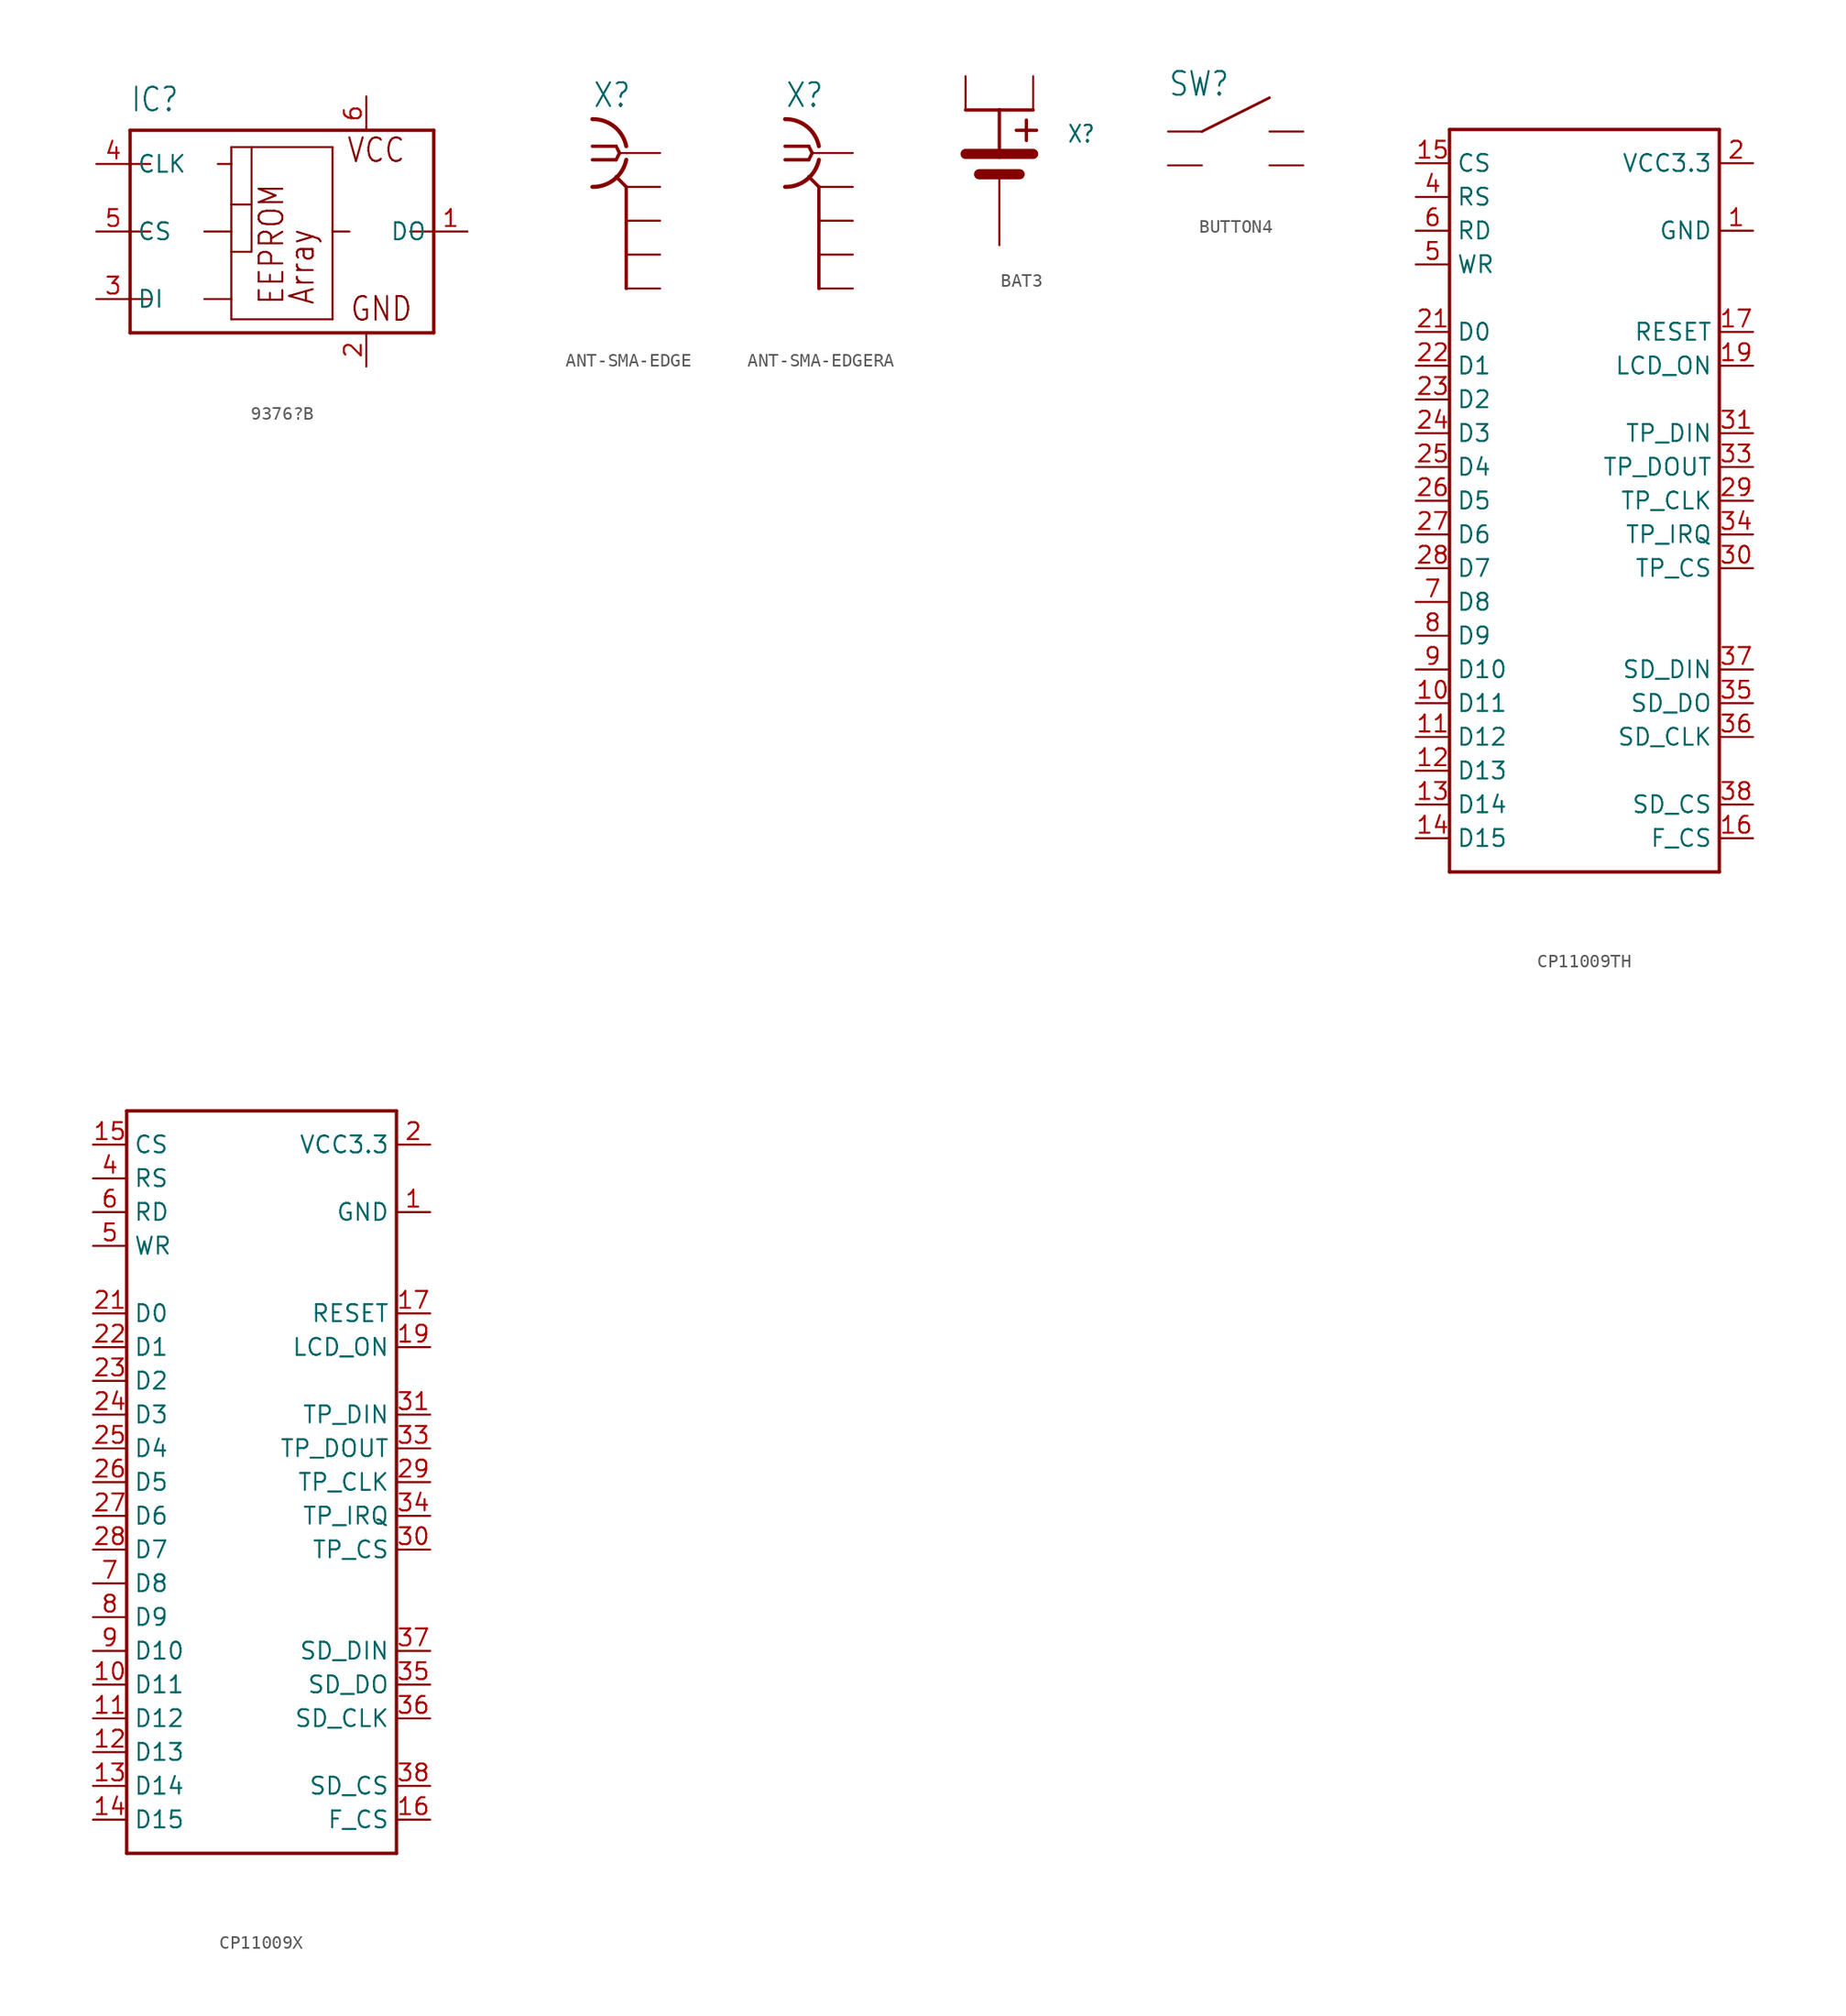
<source format=kicad_sym>
(kicad_symbol_lib
  (version 20231120)
  (generator "kicad_symbol_editor")
  (generator_version "8.0")
  (symbol "9376?B"
    (property "Reference" "IC"
      (at -10.16 8.89 0)
      (effects (font (size 1.778 1.511)) (justify left bottom)))
    (property "Value" ""
      (at -10.16 -10.16 0)
      (effects (font (size 1.778 1.511)) (justify left bottom)))
    (property "ki_locked" ""
      (at 0 0 0)
      (effects (font (size 1.27 1.27))))
    (symbol "9376?B_1_0"
      (polyline (pts (xy -10.16 -7.62) (xy -10.16 -5.08)) (stroke (width 0.254) (type solid)) (fill (type none)))
      (polyline (pts (xy -10.16 -5.08) (xy -10.16 0)) (stroke (width 0.254) (type solid)) (fill (type none)))
      (polyline (pts (xy -10.16 -5.08) (xy -8.636 -5.08)) (stroke (width 0.152) (type solid)) (fill (type none)))
      (polyline (pts (xy -10.16 0) (xy -10.16 5.08)) (stroke (width 0.254) (type solid)) (fill (type none)))
      (polyline (pts (xy -10.16 0) (xy -8.636 0)) (stroke (width 0.152) (type solid)) (fill (type none)))
      (polyline (pts (xy -10.16 5.08) (xy -10.16 7.62)) (stroke (width 0.254) (type solid)) (fill (type none)))
      (polyline (pts (xy -10.16 5.08) (xy -8.636 5.08)) (stroke (width 0.152) (type solid)) (fill (type none)))
      (polyline (pts (xy -10.16 7.62) (xy 12.7 7.62)) (stroke (width 0.254) (type solid)) (fill (type none)))
      (polyline (pts (xy -4.572 -5.08) (xy -2.54 -5.08)) (stroke (width 0.152) (type solid)) (fill (type none)))
      (polyline (pts (xy -4.572 0) (xy -2.54 0)) (stroke (width 0.152) (type solid)) (fill (type none)))
      (polyline (pts (xy -3.556 5.08) (xy -2.54 5.08)) (stroke (width 0.152) (type solid)) (fill (type none)))
      (polyline (pts (xy -2.54 -6.604) (xy -2.54 -5.08)) (stroke (width 0.152) (type solid)) (fill (type none)))
      (polyline (pts (xy -2.54 -5.08) (xy -2.54 -1.524)) (stroke (width 0.152) (type solid)) (fill (type none)))
      (polyline (pts (xy -2.54 -1.524) (xy -2.54 0)) (stroke (width 0.152) (type solid)) (fill (type none)))
      (polyline (pts (xy -2.54 -1.524) (xy -1.016 -1.524)) (stroke (width 0.152) (type solid)) (fill (type none)))
      (polyline (pts (xy -2.54 0) (xy -2.54 2.032)) (stroke (width 0.152) (type solid)) (fill (type none)))
      (polyline (pts (xy -2.54 2.032) (xy -2.54 5.08)) (stroke (width 0.152) (type solid)) (fill (type none)))
      (polyline (pts (xy -2.54 2.032) (xy -1.016 2.032)) (stroke (width 0.152) (type solid)) (fill (type none)))
      (polyline (pts (xy -2.54 5.08) (xy -2.54 6.35)) (stroke (width 0.152) (type solid)) (fill (type none)))
      (polyline (pts (xy -2.54 6.35) (xy -1.016 6.35)) (stroke (width 0.152) (type solid)) (fill (type none)))
      (polyline (pts (xy -1.016 2.032) (xy -1.016 -1.524)) (stroke (width 0.152) (type solid)) (fill (type none)))
      (polyline (pts (xy -1.016 6.35) (xy -1.016 2.032)) (stroke (width 0.152) (type solid)) (fill (type none)))
      (polyline (pts (xy -1.016 6.35) (xy 5.08 6.35)) (stroke (width 0.152) (type solid)) (fill (type none)))
      (polyline (pts (xy 5.08 -6.604) (xy -2.54 -6.604)) (stroke (width 0.152) (type solid)) (fill (type none)))
      (polyline (pts (xy 5.08 0) (xy 5.08 -6.604)) (stroke (width 0.152) (type solid)) (fill (type none)))
      (polyline (pts (xy 5.08 6.35) (xy 5.08 0)) (stroke (width 0.152) (type solid)) (fill (type none)))
      (polyline (pts (xy 6.35 0) (xy 5.08 0)) (stroke (width 0.152) (type solid)) (fill (type none)))
      (polyline (pts (xy 12.7 -7.62) (xy -10.16 -7.62)) (stroke (width 0.254) (type solid)) (fill (type none)))
      (polyline (pts (xy 12.7 0) (xy 10.922 0)) (stroke (width 0.152) (type solid)) (fill (type none)))
      (polyline (pts (xy 12.7 0) (xy 12.7 -7.62)) (stroke (width 0.254) (type solid)) (fill (type none)))
      (polyline (pts (xy 12.7 7.62) (xy 12.7 0)) (stroke (width 0.254) (type solid)) (fill (type none)))
      (text "Array" (at 3.81 -5.588 900) (effects (font (size 1.778 1.511)) (justify left bottom)))
      (text "EEPROM" (at 1.524 -5.588 900) (effects (font (size 1.778 1.511)) (justify left bottom)))
      (text "GND" (at 6.35 -6.858 0) (effects (font (size 1.778 1.511)) (justify left bottom)))
      (text "VCC" (at 6.096 5.08 0) (effects (font (size 1.778 1.511)) (justify left bottom)))
      (pin tri_state line (at 15.24 0 180) (length 2.54) (name "DO" (effects (font (size 1.27 1.27)))) (number "1" (effects (font (size 1.27 1.27)))))
      (pin power_in line (at 7.62 -10.16 90) (length 2.54) (name "GND" (effects (font (size 0 0)))) (number "2" (effects (font (size 1.27 1.27)))))
      (pin input line (at -12.7 -5.08 0) (length 2.54) (name "DI" (effects (font (size 1.27 1.27)))) (number "3" (effects (font (size 1.27 1.27)))))
      (pin input line (at -12.7 5.08 0) (length 2.54) (name "CLK" (effects (font (size 1.27 1.27)))) (number "4" (effects (font (size 1.27 1.27)))))
      (pin input line (at -12.7 0 0) (length 2.54) (name "CS" (effects (font (size 1.27 1.27)))) (number "5" (effects (font (size 1.27 1.27)))))
      (pin power_in line (at 7.62 10.16 270) (length 2.54) (name "VCC" (effects (font (size 0 0)))) (number "6" (effects (font (size 1.27 1.27)))))))
  (symbol "ANT-SMA-EDGE"
    (property "Reference" "X"
      (at -2.54 3.302 0)
      (effects (font (size 1.778 1.511)) (justify left bottom)))
    (property "Value" ""
      (at -2.54 -12.7 0)
      (effects (font (size 1.778 1.511)) (justify left bottom)))
    (property "ki_locked" ""
      (at 0 0 0)
      (effects (font (size 1.27 1.27))))
    (symbol "ANT-SMA-EDGE_1_0"
      (arc (start -2.54 -2.54) (mid -0.9022 -1.9838) (end 0 -0.508) (stroke (width 0.3048) (type solid)) (fill (type none)))
      (polyline (pts (xy -2.54 0.508) (xy -0.762 0.508)) (stroke (width 0.254) (type solid)) (fill (type none)))
      (polyline (pts (xy -0.762 -0.508) (xy -2.54 -0.508)) (stroke (width 0.254) (type solid)) (fill (type none)))
      (polyline (pts (xy -0.762 0.508) (xy -0.508 0)) (stroke (width 0.254) (type solid)) (fill (type none)))
      (polyline (pts (xy -0.508 0) (xy -0.762 -0.508)) (stroke (width 0.254) (type solid)) (fill (type none)))
      (polyline (pts (xy 0 -10.16) (xy 0 -2.54)) (stroke (width 0.254) (type solid)) (fill (type none)))
      (polyline (pts (xy 0 -2.54) (xy -0.762 -1.778)) (stroke (width 0.254) (type solid)) (fill (type none)))
      (polyline (pts (xy 0 0) (xy -0.508 0)) (stroke (width 0.152) (type solid)) (fill (type none)))
      (arc (start 0 0.508) (mid -0.9022 1.9838) (end -2.54 2.54) (stroke (width 0.3048) (type solid)) (fill (type none)))
      (pin passive line (at 2.54 0 180) (length 2.54) (name "1" (effects (font (size 0 0)))) (number "C" (effects (font (size 0 0)))))
      (pin power_in line (at 2.54 -2.54 180) (length 2.54) (name "GND" (effects (font (size 0 0)))) (number "GND1" (effects (font (size 0 0)))))
      (pin power_in line (at 2.54 -5.08 180) (length 2.54) (name "GND1" (effects (font (size 0 0)))) (number "GND2" (effects (font (size 0 0)))))
      (pin power_in line (at 2.54 -7.62 180) (length 2.54) (name "GND2" (effects (font (size 0 0)))) (number "GND3" (effects (font (size 0 0)))))
      (pin power_in line (at 2.54 -10.16 180) (length 2.54) (name "GND3" (effects (font (size 0 0)))) (number "GND4" (effects (font (size 0 0)))))))
  (symbol "ANT-SMA-EDGERA"
    (property "Reference" "X"
      (at -2.54 3.302 0)
      (effects (font (size 1.778 1.511)) (justify left bottom)))
    (property "Value" ""
      (at -2.54 -12.7 0)
      (effects (font (size 1.778 1.511)) (justify left bottom)))
    (property "ki_locked" ""
      (at 0 0 0)
      (effects (font (size 1.27 1.27))))
    (symbol "ANT-SMA-EDGERA_1_0"
      (arc (start -2.54 -2.54) (mid -0.9022 -1.9838) (end 0 -0.508) (stroke (width 0.3048) (type solid)) (fill (type none)))
      (polyline (pts (xy -2.54 0.508) (xy -0.762 0.508)) (stroke (width 0.254) (type solid)) (fill (type none)))
      (polyline (pts (xy -0.762 -0.508) (xy -2.54 -0.508)) (stroke (width 0.254) (type solid)) (fill (type none)))
      (polyline (pts (xy -0.762 0.508) (xy -0.508 0)) (stroke (width 0.254) (type solid)) (fill (type none)))
      (polyline (pts (xy -0.508 0) (xy -0.762 -0.508)) (stroke (width 0.254) (type solid)) (fill (type none)))
      (polyline (pts (xy 0 -10.16) (xy 0 -2.54)) (stroke (width 0.254) (type solid)) (fill (type none)))
      (polyline (pts (xy 0 -2.54) (xy -0.762 -1.778)) (stroke (width 0.254) (type solid)) (fill (type none)))
      (polyline (pts (xy 0 0) (xy -0.508 0)) (stroke (width 0.152) (type solid)) (fill (type none)))
      (arc (start 0 0.508) (mid -0.9022 1.9838) (end -2.54 2.54) (stroke (width 0.3048) (type solid)) (fill (type none)))
      (pin passive line (at 2.54 0 180) (length 2.54) (name "1" (effects (font (size 0 0)))) (number "C" (effects (font (size 0 0)))))
      (pin power_in line (at 2.54 -2.54 180) (length 2.54) (name "GND" (effects (font (size 0 0)))) (number "GND1" (effects (font (size 0 0)))))
      (pin power_in line (at 2.54 -5.08 180) (length 2.54) (name "GND1" (effects (font (size 0 0)))) (number "GND2" (effects (font (size 0 0)))))
      (pin power_in line (at 2.54 -7.62 180) (length 2.54) (name "GND2" (effects (font (size 0 0)))) (number "GND3" (effects (font (size 0 0)))))
      (pin power_in line (at 2.54 -10.16 180) (length 2.54) (name "GND3" (effects (font (size 0 0)))) (number "GND4" (effects (font (size 0 0)))))))
  (symbol "BAT3"
    (property "Reference" "X"
      (at 5.08 2.54 0)
      (effects (font (size 1.27 1.079)) (justify left bottom)))
    (property "Value" ""
      (at 5.08 0 0)
      (effects (font (size 1.27 1.079)) (justify left bottom)))
    (property "ki_locked" ""
      (at 0 0 0)
      (effects (font (size 1.27 1.27))))
    (symbol "BAT3_1_0"
      (polyline (pts (xy -2.54 1.778) (xy 0 1.778)) (stroke (width 0.762) (type solid)) (fill (type none)))
      (polyline (pts (xy -1.524 0.254) (xy 1.524 0.254)) (stroke (width 0.762) (type solid)) (fill (type none)))
      (polyline (pts (xy 0 1.778) (xy 0 5.08)) (stroke (width 0.254) (type solid)) (fill (type none)))
      (polyline (pts (xy 0 1.778) (xy 2.54 1.778)) (stroke (width 0.762) (type solid)) (fill (type none)))
      (polyline (pts (xy 0 5.08) (xy -2.54 5.08)) (stroke (width 0.254) (type solid)) (fill (type none)))
      (polyline (pts (xy 0 5.08) (xy 2.54 5.08)) (stroke (width 0.254) (type solid)) (fill (type none)))
      (polyline (pts (xy 1.27 3.556) (xy 2.794 3.556)) (stroke (width 0.254) (type solid)) (fill (type none)))
      (polyline (pts (xy 2.032 2.794) (xy 2.032 4.318)) (stroke (width 0.254) (type solid)) (fill (type none)))
      (pin bidirectional line (at 0 -5.08 90) (length 5.08) (name "GND" (effects (font (size 0 0)))) (number "GND" (effects (font (size 0 0)))))
      (pin bidirectional line (at -2.54 7.62 270) (length 2.54) (name "POS1" (effects (font (size 0 0)))) (number "POS1" (effects (font (size 0 0)))))
      (pin bidirectional line (at 2.54 7.62 270) (length 2.54) (name "POS2" (effects (font (size 0 0)))) (number "POS2" (effects (font (size 0 0)))))))
  (symbol "BUTTON4"
    (property "Reference" "SW"
      (at -5.08 2.54 0)
      (effects (font (size 1.778 1.511)) (justify left bottom)))
    (property "Value" ""
      (at -5.08 -5.08 0)
      (effects (font (size 1.778 1.511)) (justify left bottom)))
    (property "ki_locked" ""
      (at 0 0 0)
      (effects (font (size 1.27 1.27))))
    (symbol "BUTTON4_1_0"
      (polyline (pts (xy -2.54 0) (xy 2.54 2.54)) (stroke (width 0.203) (type solid)) (fill (type none)))
      (pin bidirectional line (at -5.08 0 0) (length 2.54) (name "1" (effects (font (size 0 0)))) (number "1" (effects (font (size 0 0)))))
      (pin bidirectional line (at -5.08 -2.54 0) (length 2.54) (name "2" (effects (font (size 0 0)))) (number "2" (effects (font (size 0 0)))))
      (pin bidirectional line (at 5.08 0 180) (length 2.54) (name "3" (effects (font (size 0 0)))) (number "3" (effects (font (size 0 0)))))
      (pin bidirectional line (at 5.08 -2.54 180) (length 2.54) (name "4" (effects (font (size 0 0)))) (number "4" (effects (font (size 0 0)))))))
  (symbol "CP11009TH"
    (property "Reference" "IC"
      (at -9.906 28.448 0)
      (effects (font (size 1.778 1.511)) (justify left bottom) (hide yes)))
    (property "ki_locked" ""
      (at 0 0 0)
      (effects (font (size 1.27 1.27))))
    (symbol "CP11009TH_1_0"
      (polyline (pts (xy -10.16 -27.94) (xy -10.16 27.94)) (stroke (width 0.254) (type solid)) (fill (type none)))
      (polyline (pts (xy -10.16 27.94) (xy 10.16 27.94)) (stroke (width 0.254) (type solid)) (fill (type none)))
      (polyline (pts (xy 10.16 -27.94) (xy -10.16 -27.94)) (stroke (width 0.254) (type solid)) (fill (type none)))
      (polyline (pts (xy 10.16 27.94) (xy 10.16 -27.94)) (stroke (width 0.254) (type solid)) (fill (type none)))
      (pin power_in line (at 12.7 20.32 180) (length 2.54) (name "GND" (effects (font (size 1.27 1.27)))) (number "1" (effects (font (size 1.27 1.27)))))
      (pin bidirectional line (at -12.7 -15.24 0) (length 2.54) (name "D11" (effects (font (size 1.27 1.27)))) (number "10" (effects (font (size 1.27 1.27)))))
      (pin bidirectional line (at -12.7 -17.78 0) (length 2.54) (name "D12" (effects (font (size 1.27 1.27)))) (number "11" (effects (font (size 1.27 1.27)))))
      (pin bidirectional line (at -12.7 -20.32 0) (length 2.54) (name "D13" (effects (font (size 1.27 1.27)))) (number "12" (effects (font (size 1.27 1.27)))))
      (pin bidirectional line (at -12.7 -22.86 0) (length 2.54) (name "D14" (effects (font (size 1.27 1.27)))) (number "13" (effects (font (size 1.27 1.27)))))
      (pin bidirectional line (at -12.7 -25.4 0) (length 2.54) (name "D15" (effects (font (size 1.27 1.27)))) (number "14" (effects (font (size 1.27 1.27)))))
      (pin bidirectional line (at -12.7 25.4 0) (length 2.54) (name "CS" (effects (font (size 1.27 1.27)))) (number "15" (effects (font (size 1.27 1.27)))))
      (pin bidirectional line (at 12.7 -25.4 180) (length 2.54) (name "F_CS" (effects (font (size 1.27 1.27)))) (number "16" (effects (font (size 1.27 1.27)))))
      (pin bidirectional line (at 12.7 12.7 180) (length 2.54) (name "RESET" (effects (font (size 1.27 1.27)))) (number "17" (effects (font (size 1.27 1.27)))))
      (pin bidirectional line (at 12.7 10.16 180) (length 2.54) (name "LCD_ON" (effects (font (size 1.27 1.27)))) (number "19" (effects (font (size 1.27 1.27)))))
      (pin power_in line (at 12.7 25.4 180) (length 2.54) (name "VCC3.3" (effects (font (size 1.27 1.27)))) (number "2" (effects (font (size 1.27 1.27)))))
      (pin bidirectional line (at -12.7 12.7 0) (length 2.54) (name "D0" (effects (font (size 1.27 1.27)))) (number "21" (effects (font (size 1.27 1.27)))))
      (pin bidirectional line (at -12.7 10.16 0) (length 2.54) (name "D1" (effects (font (size 1.27 1.27)))) (number "22" (effects (font (size 1.27 1.27)))))
      (pin bidirectional line (at -12.7 7.62 0) (length 2.54) (name "D2" (effects (font (size 1.27 1.27)))) (number "23" (effects (font (size 1.27 1.27)))))
      (pin bidirectional line (at -12.7 5.08 0) (length 2.54) (name "D3" (effects (font (size 1.27 1.27)))) (number "24" (effects (font (size 1.27 1.27)))))
      (pin bidirectional line (at -12.7 2.54 0) (length 2.54) (name "D4" (effects (font (size 1.27 1.27)))) (number "25" (effects (font (size 1.27 1.27)))))
      (pin bidirectional line (at -12.7 0 0) (length 2.54) (name "D5" (effects (font (size 1.27 1.27)))) (number "26" (effects (font (size 1.27 1.27)))))
      (pin bidirectional line (at -12.7 -2.54 0) (length 2.54) (name "D6" (effects (font (size 1.27 1.27)))) (number "27" (effects (font (size 1.27 1.27)))))
      (pin bidirectional line (at -12.7 -5.08 0) (length 2.54) (name "D7" (effects (font (size 1.27 1.27)))) (number "28" (effects (font (size 1.27 1.27)))))
      (pin bidirectional line (at 12.7 0 180) (length 2.54) (name "TP_CLK" (effects (font (size 1.27 1.27)))) (number "29" (effects (font (size 1.27 1.27)))))
      (pin bidirectional line (at 12.7 -5.08 180) (length 2.54) (name "TP_CS" (effects (font (size 1.27 1.27)))) (number "30" (effects (font (size 1.27 1.27)))))
      (pin bidirectional line (at 12.7 5.08 180) (length 2.54) (name "TP_DIN" (effects (font (size 1.27 1.27)))) (number "31" (effects (font (size 1.27 1.27)))))
      (pin bidirectional line (at 12.7 2.54 180) (length 2.54) (name "TP_DOUT" (effects (font (size 1.27 1.27)))) (number "33" (effects (font (size 1.27 1.27)))))
      (pin bidirectional line (at 12.7 -2.54 180) (length 2.54) (name "TP_IRQ" (effects (font (size 1.27 1.27)))) (number "34" (effects (font (size 1.27 1.27)))))
      (pin bidirectional line (at 12.7 -15.24 180) (length 2.54) (name "SD_DO" (effects (font (size 1.27 1.27)))) (number "35" (effects (font (size 1.27 1.27)))))
      (pin bidirectional line (at 12.7 -17.78 180) (length 2.54) (name "SD_CLK" (effects (font (size 1.27 1.27)))) (number "36" (effects (font (size 1.27 1.27)))))
      (pin bidirectional line (at 12.7 -12.7 180) (length 2.54) (name "SD_DIN" (effects (font (size 1.27 1.27)))) (number "37" (effects (font (size 1.27 1.27)))))
      (pin bidirectional line (at 12.7 -22.86 180) (length 2.54) (name "SD_CS" (effects (font (size 1.27 1.27)))) (number "38" (effects (font (size 1.27 1.27)))))
      (pin bidirectional line (at -12.7 22.86 0) (length 2.54) (name "RS" (effects (font (size 1.27 1.27)))) (number "4" (effects (font (size 1.27 1.27)))))
      (pin bidirectional line (at -12.7 17.78 0) (length 2.54) (name "WR" (effects (font (size 1.27 1.27)))) (number "5" (effects (font (size 1.27 1.27)))))
      (pin bidirectional line (at -12.7 20.32 0) (length 2.54) (name "RD" (effects (font (size 1.27 1.27)))) (number "6" (effects (font (size 1.27 1.27)))))
      (pin bidirectional line (at -12.7 -7.62 0) (length 2.54) (name "D8" (effects (font (size 1.27 1.27)))) (number "7" (effects (font (size 1.27 1.27)))))
      (pin bidirectional line (at -12.7 -10.16 0) (length 2.54) (name "D9" (effects (font (size 1.27 1.27)))) (number "8" (effects (font (size 1.27 1.27)))))
      (pin bidirectional line (at -12.7 -12.7 0) (length 2.54) (name "D10" (effects (font (size 1.27 1.27)))) (number "9" (effects (font (size 1.27 1.27)))))))
  (symbol "CP11009X"
    (property "Reference" "IC"
      (at -9.906 28.448 0)
      (effects (font (size 1.778 1.511)) (justify left bottom) (hide yes)))
    (property "ki_locked" ""
      (at 0 0 0)
      (effects (font (size 1.27 1.27))))
    (symbol "CP11009X_1_0"
      (polyline (pts (xy -10.16 -27.94) (xy -10.16 27.94)) (stroke (width 0.254) (type solid)) (fill (type none)))
      (polyline (pts (xy -10.16 27.94) (xy 10.16 27.94)) (stroke (width 0.254) (type solid)) (fill (type none)))
      (polyline (pts (xy 10.16 -27.94) (xy -10.16 -27.94)) (stroke (width 0.254) (type solid)) (fill (type none)))
      (polyline (pts (xy 10.16 27.94) (xy 10.16 -27.94)) (stroke (width 0.254) (type solid)) (fill (type none)))
      (pin power_in line (at 12.7 20.32 180) (length 2.54) (name "GND" (effects (font (size 1.27 1.27)))) (number "1" (effects (font (size 1.27 1.27)))))
      (pin bidirectional line (at -12.7 -15.24 0) (length 2.54) (name "D11" (effects (font (size 1.27 1.27)))) (number "10" (effects (font (size 1.27 1.27)))))
      (pin bidirectional line (at -12.7 -17.78 0) (length 2.54) (name "D12" (effects (font (size 1.27 1.27)))) (number "11" (effects (font (size 1.27 1.27)))))
      (pin bidirectional line (at -12.7 -20.32 0) (length 2.54) (name "D13" (effects (font (size 1.27 1.27)))) (number "12" (effects (font (size 1.27 1.27)))))
      (pin bidirectional line (at -12.7 -22.86 0) (length 2.54) (name "D14" (effects (font (size 1.27 1.27)))) (number "13" (effects (font (size 1.27 1.27)))))
      (pin bidirectional line (at -12.7 -25.4 0) (length 2.54) (name "D15" (effects (font (size 1.27 1.27)))) (number "14" (effects (font (size 1.27 1.27)))))
      (pin bidirectional line (at -12.7 25.4 0) (length 2.54) (name "CS" (effects (font (size 1.27 1.27)))) (number "15" (effects (font (size 1.27 1.27)))))
      (pin bidirectional line (at 12.7 -25.4 180) (length 2.54) (name "F_CS" (effects (font (size 1.27 1.27)))) (number "16" (effects (font (size 1.27 1.27)))))
      (pin bidirectional line (at 12.7 12.7 180) (length 2.54) (name "RESET" (effects (font (size 1.27 1.27)))) (number "17" (effects (font (size 1.27 1.27)))))
      (pin bidirectional line (at 12.7 10.16 180) (length 2.54) (name "LCD_ON" (effects (font (size 1.27 1.27)))) (number "19" (effects (font (size 1.27 1.27)))))
      (pin power_in line (at 12.7 25.4 180) (length 2.54) (name "VCC3.3" (effects (font (size 1.27 1.27)))) (number "2" (effects (font (size 1.27 1.27)))))
      (pin bidirectional line (at -12.7 12.7 0) (length 2.54) (name "D0" (effects (font (size 1.27 1.27)))) (number "21" (effects (font (size 1.27 1.27)))))
      (pin bidirectional line (at -12.7 10.16 0) (length 2.54) (name "D1" (effects (font (size 1.27 1.27)))) (number "22" (effects (font (size 1.27 1.27)))))
      (pin bidirectional line (at -12.7 7.62 0) (length 2.54) (name "D2" (effects (font (size 1.27 1.27)))) (number "23" (effects (font (size 1.27 1.27)))))
      (pin bidirectional line (at -12.7 5.08 0) (length 2.54) (name "D3" (effects (font (size 1.27 1.27)))) (number "24" (effects (font (size 1.27 1.27)))))
      (pin bidirectional line (at -12.7 2.54 0) (length 2.54) (name "D4" (effects (font (size 1.27 1.27)))) (number "25" (effects (font (size 1.27 1.27)))))
      (pin bidirectional line (at -12.7 0 0) (length 2.54) (name "D5" (effects (font (size 1.27 1.27)))) (number "26" (effects (font (size 1.27 1.27)))))
      (pin bidirectional line (at -12.7 -2.54 0) (length 2.54) (name "D6" (effects (font (size 1.27 1.27)))) (number "27" (effects (font (size 1.27 1.27)))))
      (pin bidirectional line (at -12.7 -5.08 0) (length 2.54) (name "D7" (effects (font (size 1.27 1.27)))) (number "28" (effects (font (size 1.27 1.27)))))
      (pin bidirectional line (at 12.7 0 180) (length 2.54) (name "TP_CLK" (effects (font (size 1.27 1.27)))) (number "29" (effects (font (size 1.27 1.27)))))
      (pin bidirectional line (at 12.7 -5.08 180) (length 2.54) (name "TP_CS" (effects (font (size 1.27 1.27)))) (number "30" (effects (font (size 1.27 1.27)))))
      (pin bidirectional line (at 12.7 5.08 180) (length 2.54) (name "TP_DIN" (effects (font (size 1.27 1.27)))) (number "31" (effects (font (size 1.27 1.27)))))
      (pin bidirectional line (at 12.7 2.54 180) (length 2.54) (name "TP_DOUT" (effects (font (size 1.27 1.27)))) (number "33" (effects (font (size 1.27 1.27)))))
      (pin bidirectional line (at 12.7 -2.54 180) (length 2.54) (name "TP_IRQ" (effects (font (size 1.27 1.27)))) (number "34" (effects (font (size 1.27 1.27)))))
      (pin bidirectional line (at 12.7 -15.24 180) (length 2.54) (name "SD_DO" (effects (font (size 1.27 1.27)))) (number "35" (effects (font (size 1.27 1.27)))))
      (pin bidirectional line (at 12.7 -17.78 180) (length 2.54) (name "SD_CLK" (effects (font (size 1.27 1.27)))) (number "36" (effects (font (size 1.27 1.27)))))
      (pin bidirectional line (at 12.7 -12.7 180) (length 2.54) (name "SD_DIN" (effects (font (size 1.27 1.27)))) (number "37" (effects (font (size 1.27 1.27)))))
      (pin bidirectional line (at 12.7 -22.86 180) (length 2.54) (name "SD_CS" (effects (font (size 1.27 1.27)))) (number "38" (effects (font (size 1.27 1.27)))))
      (pin bidirectional line (at -12.7 22.86 0) (length 2.54) (name "RS" (effects (font (size 1.27 1.27)))) (number "4" (effects (font (size 1.27 1.27)))))
      (pin bidirectional line (at -12.7 17.78 0) (length 2.54) (name "WR" (effects (font (size 1.27 1.27)))) (number "5" (effects (font (size 1.27 1.27)))))
      (pin bidirectional line (at -12.7 20.32 0) (length 2.54) (name "RD" (effects (font (size 1.27 1.27)))) (number "6" (effects (font (size 1.27 1.27)))))
      (pin bidirectional line (at -12.7 -7.62 0) (length 2.54) (name "D8" (effects (font (size 1.27 1.27)))) (number "7" (effects (font (size 1.27 1.27)))))
      (pin bidirectional line (at -12.7 -10.16 0) (length 2.54) (name "D9" (effects (font (size 1.27 1.27)))) (number "8" (effects (font (size 1.27 1.27)))))
      (pin bidirectional line (at -12.7 -12.7 0) (length 2.54) (name "D10" (effects (font (size 1.27 1.27)))) (number "9" (effects (font (size 1.27 1.27))))))))
</source>
